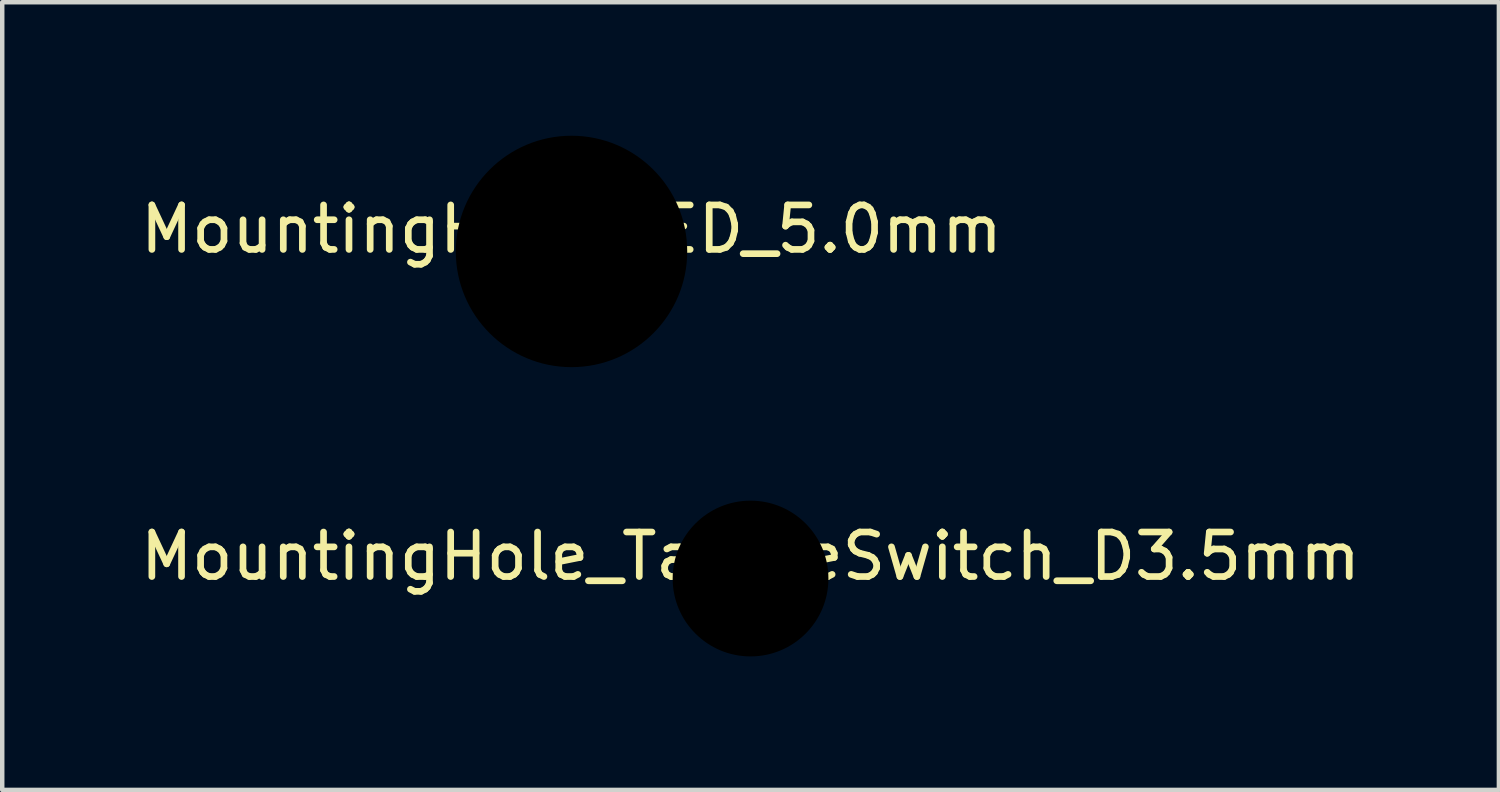
<source format=kicad_pcb>
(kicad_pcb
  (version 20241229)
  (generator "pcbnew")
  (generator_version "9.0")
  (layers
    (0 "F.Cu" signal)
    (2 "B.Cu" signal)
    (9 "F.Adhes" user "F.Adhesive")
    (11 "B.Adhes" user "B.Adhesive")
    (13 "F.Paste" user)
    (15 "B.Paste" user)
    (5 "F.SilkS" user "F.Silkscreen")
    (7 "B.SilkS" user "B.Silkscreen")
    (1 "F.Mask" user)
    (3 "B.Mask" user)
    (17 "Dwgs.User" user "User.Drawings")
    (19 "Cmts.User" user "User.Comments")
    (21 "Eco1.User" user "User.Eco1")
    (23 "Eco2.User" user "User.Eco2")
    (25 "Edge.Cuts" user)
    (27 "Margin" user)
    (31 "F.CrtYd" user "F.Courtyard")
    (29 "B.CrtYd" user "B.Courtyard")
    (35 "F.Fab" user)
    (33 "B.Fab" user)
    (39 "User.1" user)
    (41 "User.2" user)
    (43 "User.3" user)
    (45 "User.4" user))
  (footprint "MountingHole_TactileSwitch_D3.5mm"
    (layer "F.Cu")
    (at 13.815 9.95)
    (property "Reference" "MountingHole_TactileSwitch_D3.5mm" (at 0 -0.5 0) (unlocked yes) (layer "F.SilkS") (effects (font (size 1 1) (thickness 0.15))))
    (attr board_only exclude_from_pos_files exclude_from_bom)
    (pad "" np_thru_hole circle (at 0 0) (size 3.5 3.5) (drill 3.5) (layers "*.Mask")))
  (footprint "MountingHole_LED_5.0mm"
    (layer "F.Cu")
    (at 9.792 2.6)
    (property "Reference" "MountingHole_LED_5.0mm" (at 0 -0.5 0) (unlocked yes) (layer "F.SilkS") (effects (font (size 1 1) (thickness 0.15))))
    (attr board_only exclude_from_pos_files exclude_from_bom)
    (pad "" np_thru_hole circle (at 0 0) (size 5.2 5.2) (drill 5.2) (layers "*.Mask")))
  (gr_rect
    (start -3 -3)
    (end 30.631 14.7)
    (stroke (width 0.1) (type default))
    (fill no)
    (layer "Edge.Cuts")))
</source>
